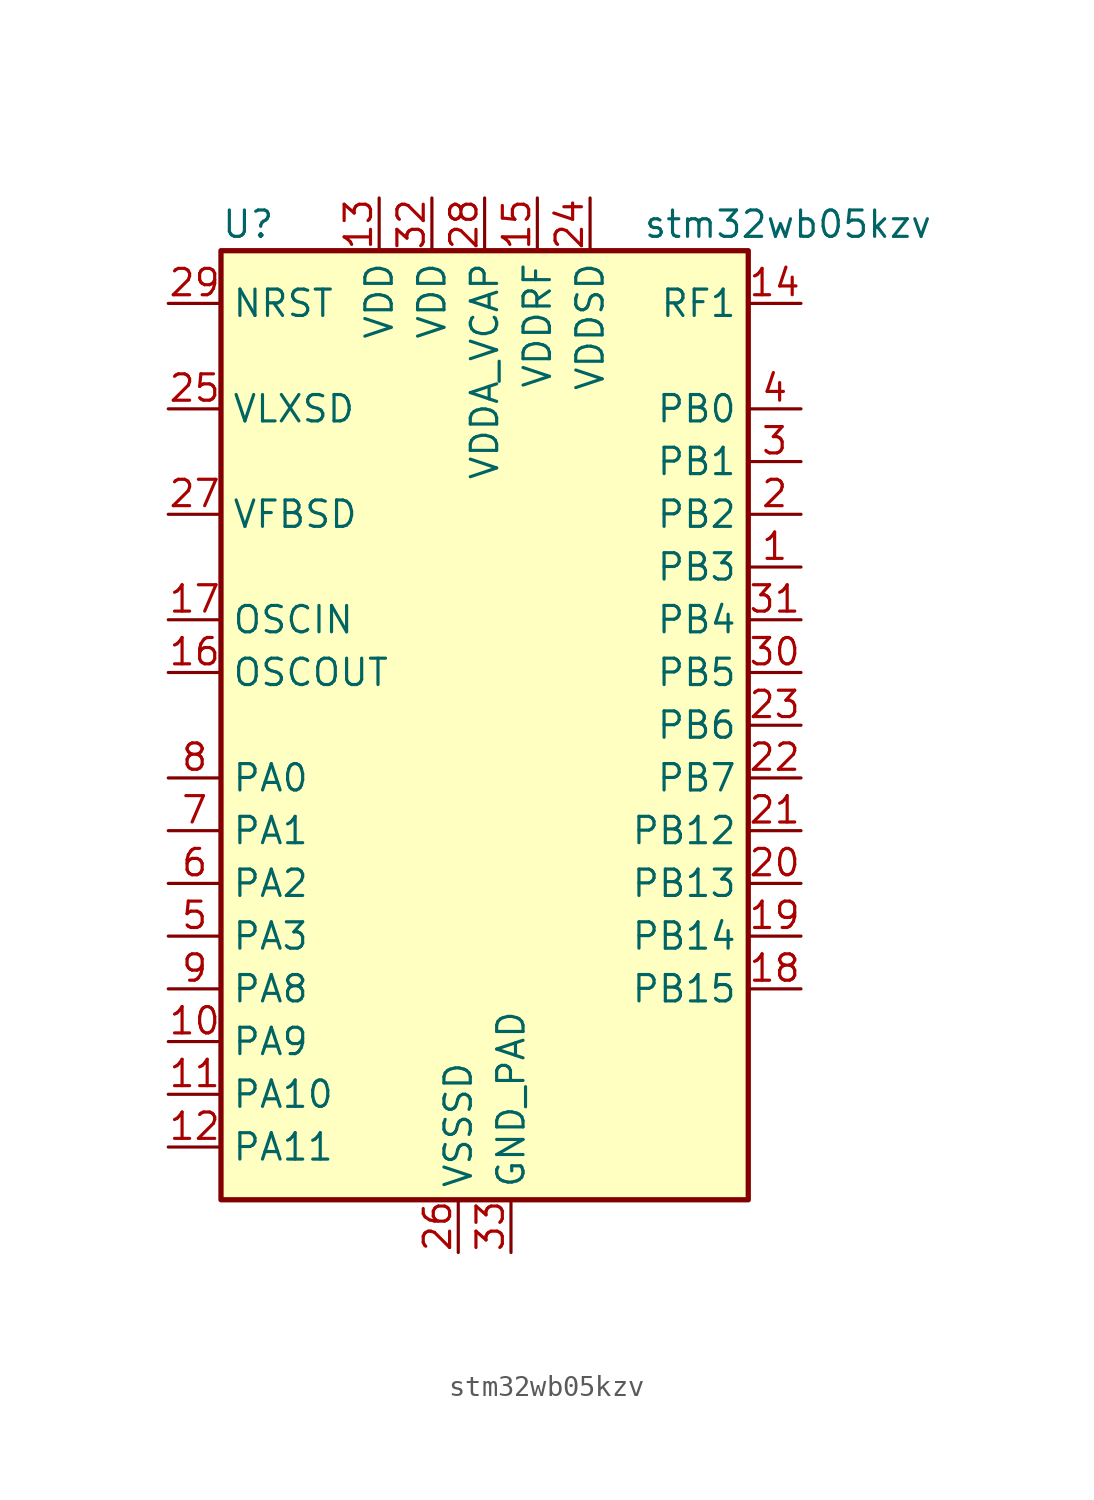
<source format=kicad_sym>
(kicad_symbol_lib
  (version 20231120)
  (generator "kicad_symbol_editor")
  (generator_version "8.0")
  (symbol "stm32wb05kzv"
    (property "Reference" "U"
      (at -12.7 24.13 0)
      (effects (font (size 1.27 1.27)) (justify left)))
    (property "Value" "stm32wb05kzv"
      (at 7.62 24.13 0)
      (effects (font (size 1.27 1.27)) (justify left)))
    (symbol "stm32wb05kzv_0_1"
      (rectangle (start -12.7 22.86) (end 12.7 -22.86) (stroke (width 0.254) (type default)) (fill (type background))))
    (symbol "stm32wb05kzv_1_0"
      (pin power_in line (at 1.27 -25.4 90) (length 2.54) (name "GND_PAD" (effects (font (size 1.27 1.27)))) (number "33" (effects (font (size 1.27 1.27))))))
    (symbol "stm32wb05kzv_1_1"
      (pin bidirectional line (at 15.24 7.62 180) (length 2.54) (name "PB3" (effects (font (size 1.27 1.27)))) (number "1" (effects (font (size 1.27 1.27)))) (alternate "ADC1_VINP0" bidirectional line) (alternate "I2S3_SCK" bidirectional line) (alternate "LPUART1_TX" bidirectional line) (alternate "PWR_WKUP3" bidirectional line) (alternate "RADIO_ANTENNA_ID_3" bidirectional line) (alternate "SPI3_SCK" bidirectional line) (alternate "TIM17_CH1" bidirectional line) (alternate "TIM2_CH4" bidirectional line) (alternate "USART1_CTS" bidirectional line))
      (pin bidirectional line (at -15.24 -15.24 0) (length 2.54) (name "PA9" (effects (font (size 1.27 1.27)))) (number "10" (effects (font (size 1.27 1.27)))) (alternate "I2S3_WS" bidirectional line) (alternate "PWR_WKUP9" bidirectional line) (alternate "RTC_OUT" bidirectional line) (alternate "SPI3_NSS" bidirectional line) (alternate "TIM17_CH1" bidirectional line) (alternate "TIM2_CH4" bidirectional line) (alternate "USART1_TX" bidirectional line))
      (pin bidirectional line (at -15.24 -17.78 0) (length 2.54) (name "PA10" (effects (font (size 1.27 1.27)))) (number "11" (effects (font (size 1.27 1.27)))) (alternate "I2S3_MCK" bidirectional line) (alternate "LPUART1_CTS" bidirectional line) (alternate "PWR_WKUP10" bidirectional line) (alternate "RADIO_TX_SEQUENCE" bidirectional line) (alternate "RCC_LCO" bidirectional line) (alternate "TIM17_CH1N" bidirectional line))
      (pin bidirectional line (at -15.24 -20.32 0) (length 2.54) (name "PA11" (effects (font (size 1.27 1.27)))) (number "12" (effects (font (size 1.27 1.27)))) (alternate "I2S3_SD" bidirectional line) (alternate "PWR_WKUP11" bidirectional line) (alternate "RADIO_RX_SEQUENCE" bidirectional line) (alternate "RCC_MCO" bidirectional line) (alternate "SPI3_MOSI" bidirectional line) (alternate "TIM17_BK" bidirectional line))
      (pin power_in line (at -5.08 25.4 270) (length 2.54) (name "VDD" (effects (font (size 1.27 1.27)))) (number "13" (effects (font (size 1.27 1.27)))))
      (pin bidirectional line (at 15.24 20.32 180) (length 2.54) (name "RF1" (effects (font (size 1.27 1.27)))) (number "14" (effects (font (size 1.27 1.27)))) (alternate "RADIO_RF1" bidirectional line))
      (pin power_in line (at 2.54 25.4 270) (length 2.54) (name "VDDRF" (effects (font (size 1.27 1.27)))) (number "15" (effects (font (size 1.27 1.27)))))
      (pin bidirectional line (at -15.24 2.54 0) (length 2.54) (name "OSCOUT" (effects (font (size 1.27 1.27)))) (number "16" (effects (font (size 1.27 1.27)))) (alternate "RCC_OSC_OUT" bidirectional line))
      (pin bidirectional line (at -15.24 5.08 0) (length 2.54) (name "OSCIN" (effects (font (size 1.27 1.27)))) (number "17" (effects (font (size 1.27 1.27)))) (alternate "RCC_OSC_IN" bidirectional line))
      (pin bidirectional line (at 15.24 -12.7 180) (length 2.54) (name "PB15" (effects (font (size 1.27 1.27)))) (number "18" (effects (font (size 1.27 1.27)))) (alternate "PWR_WKUP19" bidirectional line) (alternate "USART1_TX" bidirectional line))
      (pin bidirectional line (at 15.24 -10.16 180) (length 2.54) (name "PB14" (effects (font (size 1.27 1.27)))) (number "19" (effects (font (size 1.27 1.27)))) (alternate "I2C1_SDA" bidirectional line) (alternate "PWR_PVD_IN" bidirectional line) (alternate "PWR_WKUP18" bidirectional line) (alternate "RADIO_TX_SEQUENCE" bidirectional line) (alternate "RCC_MCO" bidirectional line) (alternate "TIM2_ETR" bidirectional line) (alternate "USART1_RX" bidirectional line))
      (pin bidirectional line (at 15.24 10.16 180) (length 2.54) (name "PB2" (effects (font (size 1.27 1.27)))) (number "2" (effects (font (size 1.27 1.27)))) (alternate "ADC1_VINM0" bidirectional line) (alternate "PWR_WKUP2" bidirectional line) (alternate "RADIO_ANTENNA_ID_2" bidirectional line) (alternate "TIM16_BK" bidirectional line) (alternate "TIM2_CH3" bidirectional line) (alternate "USART1_DE" bidirectional line) (alternate "USART1_RTS" bidirectional line))
      (pin bidirectional line (at 15.24 -7.62 180) (length 2.54) (name "PB13" (effects (font (size 1.27 1.27)))) (number "20" (effects (font (size 1.27 1.27)))) (alternate "PWR_WKUP17" bidirectional line) (alternate "RCC_OSC32_IN" bidirectional line) (alternate "TIM2_CH4" bidirectional line))
      (pin bidirectional line (at 15.24 -5.08 180) (length 2.54) (name "PB12" (effects (font (size 1.27 1.27)))) (number "21" (effects (font (size 1.27 1.27)))) (alternate "LPUART1_CTS" bidirectional line) (alternate "PWR_WKUP16" bidirectional line) (alternate "RCC_LCO" bidirectional line) (alternate "RCC_OSC32_OUT" bidirectional line) (alternate "TIM2_CH3" bidirectional line))
      (pin bidirectional line (at 15.24 -2.54 180) (length 2.54) (name "PB7" (effects (font (size 1.27 1.27)))) (number "22" (effects (font (size 1.27 1.27)))) (alternate "I2C1_SDA" bidirectional line) (alternate "LPUART1_RX" bidirectional line) (alternate "PWR_WKUP7" bidirectional line) (alternate "RADIO_ACTIVITY" bidirectional line) (alternate "TIM2_CH2" bidirectional line) (alternate "USART1_CTS" bidirectional line))
      (pin bidirectional line (at 15.24 0 180) (length 2.54) (name "PB6" (effects (font (size 1.27 1.27)))) (number "23" (effects (font (size 1.27 1.27)))) (alternate "I2C1_SCL" bidirectional line) (alternate "LPUART1_TX" bidirectional line) (alternate "PWR_WKUP6" bidirectional line) (alternate "RADIO_ANTENNA_ID_6" bidirectional line) (alternate "TIM17_CH1" bidirectional line) (alternate "TIM2_CH1" bidirectional line))
      (pin power_in line (at 5.08 25.4 270) (length 2.54) (name "VDDSD" (effects (font (size 1.27 1.27)))) (number "24" (effects (font (size 1.27 1.27)))))
      (pin power_in line (at -15.24 15.24 0) (length 2.54) (name "VLXSD" (effects (font (size 1.27 1.27)))) (number "25" (effects (font (size 1.27 1.27)))))
      (pin power_in line (at -1.27 -25.4 90) (length 2.54) (name "VSSSD" (effects (font (size 1.27 1.27)))) (number "26" (effects (font (size 1.27 1.27)))))
      (pin input line (at -15.24 10.16 0) (length 2.54) (name "VFBSD" (effects (font (size 1.27 1.27)))) (number "27" (effects (font (size 1.27 1.27)))))
      (pin power_in line (at 0 25.4 270) (length 2.54) (name "VDDA_VCAP" (effects (font (size 1.27 1.27)))) (number "28" (effects (font (size 1.27 1.27)))))
      (pin input line (at -15.24 20.32 0) (length 2.54) (name "NRST" (effects (font (size 1.27 1.27)))) (number "29" (effects (font (size 1.27 1.27)))))
      (pin bidirectional line (at 15.24 12.7 180) (length 2.54) (name "PB1" (effects (font (size 1.27 1.27)))) (number "3" (effects (font (size 1.27 1.27)))) (alternate "ADC1_VINP1" bidirectional line) (alternate "PWR_WKUP1" bidirectional line) (alternate "RADIO_ANTENNA_ID_1" bidirectional line) (alternate "TIM16_CH1N" bidirectional line) (alternate "TIM2_ETR" bidirectional line) (alternate "USART1_CK" bidirectional line))
      (pin bidirectional line (at 15.24 2.54 180) (length 2.54) (name "PB5" (effects (font (size 1.27 1.27)))) (number "30" (effects (font (size 1.27 1.27)))) (alternate "ADC1_VINP3" bidirectional line) (alternate "LPUART1_RX" bidirectional line) (alternate "PWR_WKUP5" bidirectional line) (alternate "RADIO_ANTENNA_ID_5" bidirectional line) (alternate "TIM17_BK" bidirectional line) (alternate "TIM2_CH2" bidirectional line))
      (pin bidirectional line (at 15.24 5.08 180) (length 2.54) (name "PB4" (effects (font (size 1.27 1.27)))) (number "31" (effects (font (size 1.27 1.27)))) (alternate "ADC1_VINM3" bidirectional line) (alternate "LPUART1_TX" bidirectional line) (alternate "PWR_WKUP4" bidirectional line) (alternate "RADIO_ANTENNA_ID_4" bidirectional line) (alternate "TIM17_CH1N" bidirectional line) (alternate "TIM2_CH1" bidirectional line))
      (pin power_in line (at -2.54 25.4 270) (length 2.54) (name "VDD" (effects (font (size 1.27 1.27)))) (number "32" (effects (font (size 1.27 1.27)))))
      (pin bidirectional line (at 15.24 15.24 180) (length 2.54) (name "PB0" (effects (font (size 1.27 1.27)))) (number "4" (effects (font (size 1.27 1.27)))) (alternate "ADC1_VINM1" bidirectional line) (alternate "LPUART1_DE" bidirectional line) (alternate "LPUART1_RTS" bidirectional line) (alternate "PWR_WKUP0" bidirectional line) (alternate "RADIO_ANTENNA_ID_0" bidirectional line) (alternate "TIM16_CH1" bidirectional line) (alternate "USART1_RX" bidirectional line))
      (pin bidirectional line (at -15.24 -10.16 0) (length 2.54) (name "PA3" (effects (font (size 1.27 1.27)))) (number "5" (effects (font (size 1.27 1.27)))) (alternate "ADC1_VINP2" bidirectional line) (alternate "DEBUG_SWCLK" bidirectional line) (alternate "I2S3_SCK" bidirectional line) (alternate "PWR_WKUP15" bidirectional line) (alternate "SPI3_SCK" bidirectional line) (alternate "TIM16_CH1N" bidirectional line) (alternate "TIM2_CH2" bidirectional line) (alternate "USART1_DE" bidirectional line) (alternate "USART1_RTS" bidirectional line))
      (pin bidirectional line (at -15.24 -7.62 0) (length 2.54) (name "PA2" (effects (font (size 1.27 1.27)))) (number "6" (effects (font (size 1.27 1.27)))) (alternate "ADC1_VINM2" bidirectional line) (alternate "DEBUG_SWDIO" bidirectional line) (alternate "I2S3_MCK" bidirectional line) (alternate "PWR_WKUP14" bidirectional line) (alternate "TIM16_CH1" bidirectional line) (alternate "TIM2_CH1" bidirectional line) (alternate "USART1_CK" bidirectional line))
      (pin bidirectional line (at -15.24 -5.08 0) (length 2.54) (name "PA1" (effects (font (size 1.27 1.27)))) (number "7" (effects (font (size 1.27 1.27)))) (alternate "I2C1_SDA" bidirectional line) (alternate "IR_OUT" bidirectional line) (alternate "PWR_WKUP13" bidirectional line) (alternate "TIM2_CH4" bidirectional line) (alternate "USART1_TX" bidirectional line))
      (pin bidirectional line (at -15.24 -2.54 0) (length 2.54) (name "PA0" (effects (font (size 1.27 1.27)))) (number "8" (effects (font (size 1.27 1.27)))) (alternate "I2C1_SCL" bidirectional line) (alternate "IR_OUT" bidirectional line) (alternate "PWR_WKUP12" bidirectional line) (alternate "TIM2_CH3" bidirectional line) (alternate "USART1_CTS" bidirectional line))
      (pin bidirectional line (at -15.24 -12.7 0) (length 2.54) (name "PA8" (effects (font (size 1.27 1.27)))) (number "9" (effects (font (size 1.27 1.27)))) (alternate "PWR_WKUP8" bidirectional line) (alternate "RADIO_RX_SEQUENCE" bidirectional line) (alternate "RTC_OUT" bidirectional line) (alternate "SPI3_MISO" bidirectional line) (alternate "TIM16_BK" bidirectional line) (alternate "TIM2_CH3" bidirectional line) (alternate "USART1_RX" bidirectional line)))))
</source>
